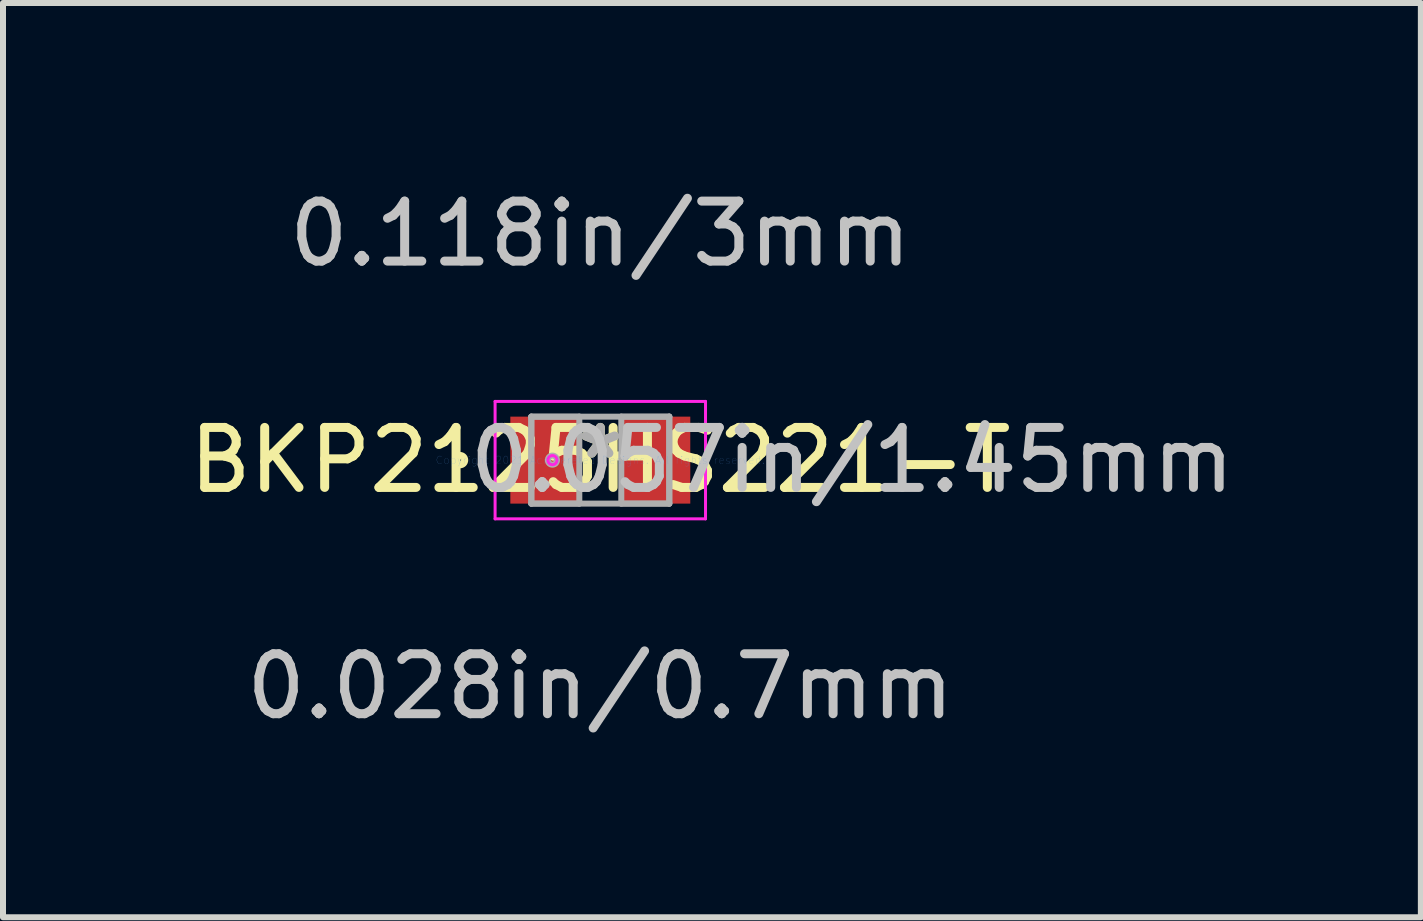
<source format=kicad_pcb>
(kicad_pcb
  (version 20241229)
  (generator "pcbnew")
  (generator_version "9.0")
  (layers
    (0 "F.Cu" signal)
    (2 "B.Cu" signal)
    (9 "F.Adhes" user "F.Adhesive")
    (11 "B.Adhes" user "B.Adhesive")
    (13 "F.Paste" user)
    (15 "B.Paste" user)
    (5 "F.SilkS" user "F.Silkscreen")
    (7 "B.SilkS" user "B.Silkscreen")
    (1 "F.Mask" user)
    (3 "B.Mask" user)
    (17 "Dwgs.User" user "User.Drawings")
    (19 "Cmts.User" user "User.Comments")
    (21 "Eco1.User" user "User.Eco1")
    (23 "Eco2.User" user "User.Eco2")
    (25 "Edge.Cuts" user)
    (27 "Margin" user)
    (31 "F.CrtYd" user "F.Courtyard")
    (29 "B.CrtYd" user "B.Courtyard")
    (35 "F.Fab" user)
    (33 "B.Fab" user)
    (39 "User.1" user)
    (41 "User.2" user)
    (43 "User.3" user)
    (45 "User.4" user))
  (footprint "BKP2125HS221-T"
    (layer "F.Cu")
    (at 6.958 4.621)
    (property "Reference" "BKP2125HS221-T" (at 0 0 0) (layer "F.SilkS") (effects (font (size 1 1) (thickness 0.15))))
    (attr through_hole)
    (fp_circle (center -2.338 0) (end -2.262 0) (stroke (width 0.12) (type solid)) (fill no) (layer "F.SilkS"))
    (fp_line (start -1.754 -0.979) (end 1.754 -0.979) (stroke (width 0.05) (type solid)) (layer "F.CrtYd"))
    (fp_line (start -1.754 0.979) (end -1.754 -0.979) (stroke (width 0.05) (type solid)) (layer "F.CrtYd"))
    (fp_line (start 1.754 -0.979) (end 1.754 0.979) (stroke (width 0.05) (type solid)) (layer "F.CrtYd"))
    (fp_line (start 1.754 0.979) (end -1.754 0.979) (stroke (width 0.05) (type solid)) (layer "F.CrtYd"))
    (fp_circle (center -0.798 0) (end -0.722 0) (stroke (width 0.05) (type solid)) (fill no) (layer "F.CrtYd"))
    (fp_line (start -1.15 -0.725) (end -1.15 0.725) (stroke (width 0.1) (type solid)) (layer "F.Fab"))
    (fp_line (start -1.15 -0.725) (end -1.15 0.725) (stroke (width 0.1) (type solid)) (layer "F.Fab"))
    (fp_line (start -1.15 0.725) (end -0.35 0.725) (stroke (width 0.1) (type solid)) (layer "F.Fab"))
    (fp_line (start -1.15 0.725) (end 1.15 0.725) (stroke (width 0.1) (type solid)) (layer "F.Fab"))
    (fp_line (start -0.35 -0.725) (end -1.15 -0.725) (stroke (width 0.1) (type solid)) (layer "F.Fab"))
    (fp_line (start -0.35 0.725) (end -0.35 -0.725) (stroke (width 0.1) (type solid)) (layer "F.Fab"))
    (fp_line (start 0.35 -0.725) (end 0.35 0.725) (stroke (width 0.1) (type solid)) (layer "F.Fab"))
    (fp_line (start 0.35 0.725) (end 1.15 0.725) (stroke (width 0.1) (type solid)) (layer "F.Fab"))
    (fp_line (start 1.15 -0.725) (end -1.15 -0.725) (stroke (width 0.1) (type solid)) (layer "F.Fab"))
    (fp_line (start 1.15 -0.725) (end 0.35 -0.725) (stroke (width 0.1) (type solid)) (layer "F.Fab"))
    (fp_line (start 1.15 0.725) (end 1.15 -0.725) (stroke (width 0.1) (type solid)) (layer "F.Fab"))
    (fp_line (start 1.15 0.725) (end 1.15 -0.725) (stroke (width 0.1) (type solid)) (layer "F.Fab"))
    (fp_circle (center -0.798 0) (end -0.722 0) (stroke (width 0.1) (type solid)) (fill no) (layer "F.Fab"))
    (fp_text user "*" (at 0 0 0) (layer "F.SilkS") (effects (font (size 1 1) (thickness 0.15))))
    (fp_text user "0.057in/1.45mm" (at 4.198 0 0) (layer "Dwgs.User") (effects (font (size 1 1) (thickness 0.15))))
    (fp_text user "0.028in/0.7mm" (at 0 3.773 0) (layer "Dwgs.User") (effects (font (size 1 1) (thickness 0.15))))
    (fp_text user "0.118in/3mm" (at 0 -3.773 0) (layer "Dwgs.User") (effects (font (size 1 1) (thickness 0.15))))
    (fp_text user "Copyright 2021 Accelerated Designs. All rights reserved." (at 0 0 0) (layer "Cmts.User") (effects (font (size 0.127 0.127) (thickness 0.002))))
    (fp_text user "*" (at 0 0 0) (layer "F.Fab") (effects (font (size 1 1) (thickness 0.15))))
    (pad "1" smd rect (at -0.925 0) (size 1.15 1.45) (layers "F.Cu" "F.Mask" "F.Paste"))
    (pad "2" smd rect (at 0.925 0) (size 1.15 1.45) (layers "F.Cu" "F.Mask" "F.Paste")))
  (gr_rect
    (start -3 -3)
    (end 20.638 12.242)
    (stroke (width 0.1) (type default))
    (fill no)
    (layer "Edge.Cuts")))
</source>
